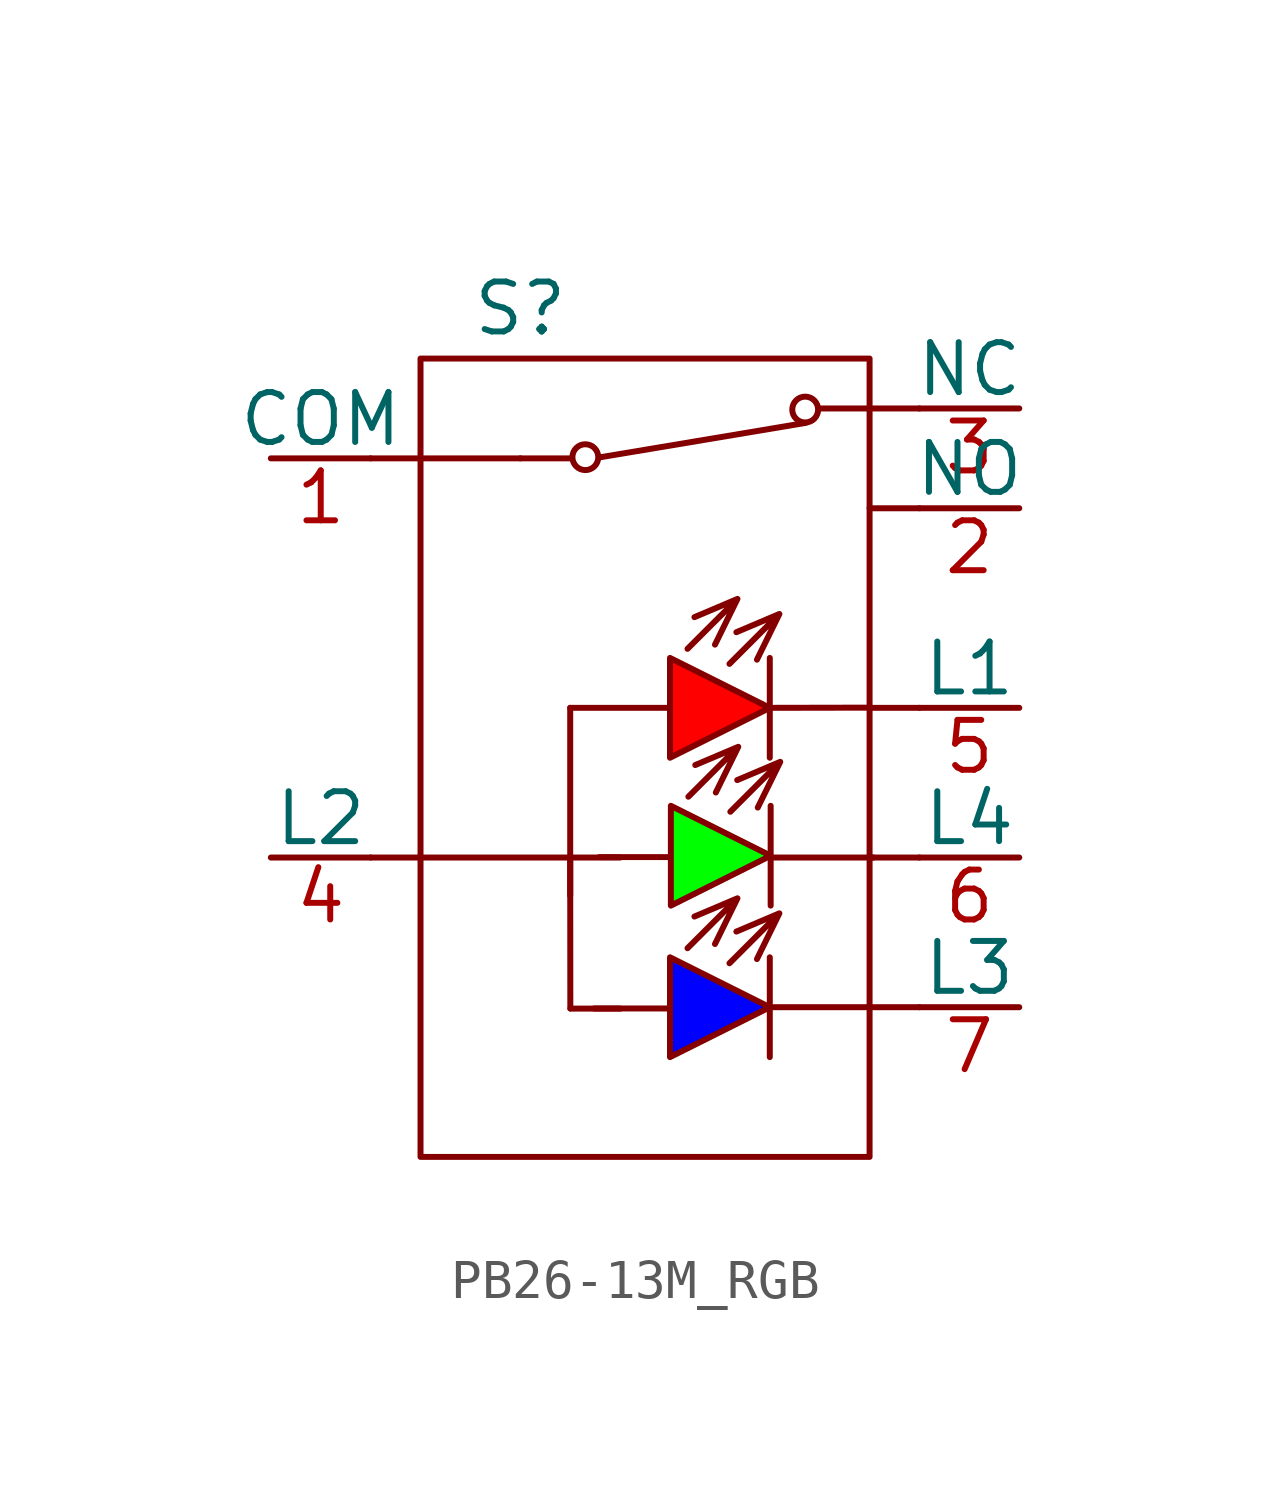
<source format=kicad_sym>
(kicad_symbol_lib
  (version 20220914)
  (generator kicad_symbol_editor)
  (symbol "PB26-13M_RGB"
    (pin_names
      (offset 0))
    (property "Reference" "S"
      (at 0 -1.27 0)
      (effects (font (size 1.27 1.27))))
    (property "Value" ""
      (at 0 0 0)
      (effects (font (size 1.27 1.27))))
    (symbol "PB26-13M_RGB_0_1"
      (rectangle (start -2.54 -2.54) (end 8.89 -22.86) (stroke (width 0) (type default)) (fill (type none)))
      (polyline (pts (xy -3.81 -15.24) (xy -2.54 -15.24)) (stroke (width 0) (type default)) (fill (type none)))
      (polyline (pts (xy -3.81 -5.08) (xy -2.54 -5.08)) (stroke (width 0) (type default)) (fill (type none)))
      (polyline (pts (xy -2.54 -15.24) (xy 1.27 -15.24)) (stroke (width 0) (type default)) (fill (type none)))
      (polyline (pts (xy 0 -5.08) (xy -2.54 -5.08)) (stroke (width 0) (type default)) (fill (type none)))
      (polyline (pts (xy 0 -5.08) (xy 1.27 -5.08)) (stroke (width 0) (type default)) (fill (type none)))
      (polyline (pts (xy 2.54 -15.24) (xy 1.27 -15.24)) (stroke (width 0) (type default)) (fill (type none)))
      (polyline (pts (xy 2.546 -19.086) (xy 1.276 -19.086)) (stroke (width 0) (type default)) (fill (type none)))
      (polyline (pts (xy 8.89 -19.05) (xy 10.16 -19.05)) (stroke (width 0) (type default)) (fill (type none)))
      (polyline (pts (xy 8.89 -15.24) (xy 10.16 -15.24)) (stroke (width 0) (type default)) (fill (type none)))
      (polyline (pts (xy 8.89 -11.43) (xy 10.16 -11.43)) (stroke (width 0) (type default)) (fill (type none)))
      (polyline (pts (xy 8.89 -6.35) (xy 10.16 -6.35)) (stroke (width 0) (type default)) (fill (type none)))
      (polyline (pts (xy 8.89 -3.81) (xy 10.16 -3.81)) (stroke (width 0) (type default)) (fill (type none))))
    (symbol "PB26-13M_RGB_1_1"
      (polyline (pts (xy 1.27 -15.24) (xy 1.273 -19.081)) (stroke (width 0) (type default)) (fill (type none)))
      (polyline (pts (xy 1.27 -11.43) (xy 3.81 -11.43)) (stroke (width 0) (type default)) (fill (type none)))
      (polyline (pts (xy 1.878 -19.082) (xy 3.731 -19.082)) (stroke (width 0) (type default)) (fill (type none)))
      (polyline (pts (xy 2.013 -15.229) (xy 3.759 -15.229)) (stroke (width 0) (type default)) (fill (type none)))
      (polyline (pts (xy 2.017 -5.055) (xy 7.268 -4.176)) (stroke (width 0) (type default)) (fill (type none)))
      (polyline (pts (xy 6.35 -19.05) (xy 8.89 -19.05)) (stroke (width 0) (type default)) (fill (type none)))
      (polyline (pts (xy 6.35 -11.43) (xy 8.875 -11.425)) (stroke (width 0) (type default)) (fill (type none)))
      (polyline (pts (xy 6.388 -15.24) (xy 8.988 -15.24)) (stroke (width 0) (type default)) (fill (type none)))
      (polyline (pts (xy 8.89 -3.81) (xy 7.62 -3.81)) (stroke (width 0) (type default)) (fill (type none)))
      (polyline (pts (xy 1.27 -16.209) (xy 1.27 -15.24) (xy 1.27 -11.43)) (stroke (width 0) (type default)) (fill (type none)))
      (polyline (pts (xy 6.35 -19.05) (xy 6.35 -17.78) (xy 6.35 -20.32)) (stroke (width 0) (type default)) (fill (type none)))
      (polyline (pts (xy 6.35 -11.43) (xy 6.35 -10.16) (xy 6.35 -12.7)) (stroke (width 0) (type default)) (fill (type none)))
      (polyline (pts (xy 6.372 -15.194) (xy 6.372 -13.924) (xy 6.372 -16.464)) (stroke (width 0) (type default)) (fill (type none)))
      (polyline (pts (xy 3.81 -17.78) (xy 3.81 -20.32) (xy 6.35 -19.05) (xy 3.81 -17.78)) (stroke (width 0) (type default)) (fill (type color) (color 0 0 255 1)))
      (polyline (pts (xy 3.81 -10.16) (xy 3.81 -12.7) (xy 6.35 -11.43) (xy 3.81 -10.16)) (stroke (width 0) (type default)) (fill (type color) (color 255 0 0 1)))
      (polyline (pts (xy 3.832 -13.924) (xy 3.832 -16.464) (xy 6.372 -15.194) (xy 3.832 -13.924)) (stroke (width 0) (type default)) (fill (type color) (color 0 255 0 1)))
      (polyline (pts (xy 4.256 -17.548) (xy 5.527 -16.278) (xy 4.432 -16.742) (xy 5.527 -16.278) (xy 4.955 -17.441)) (stroke (width 0) (type default)) (fill (type none)))
      (polyline (pts (xy 4.256 -9.928) (xy 5.527 -8.658) (xy 4.432 -9.122) (xy 5.527 -8.658) (xy 4.955 -9.821)) (stroke (width 0) (type default)) (fill (type none)))
      (polyline (pts (xy 4.278 -13.692) (xy 5.548 -12.422) (xy 4.453 -12.886) (xy 5.548 -12.422) (xy 4.976 -13.585)) (stroke (width 0) (type default)) (fill (type none)))
      (polyline (pts (xy 5.324 -17.931) (xy 6.594 -16.661) (xy 5.499 -17.125) (xy 6.594 -16.661) (xy 6.023 -17.824)) (stroke (width 0) (type default)) (fill (type none)))
      (polyline (pts (xy 5.324 -10.311) (xy 6.594 -9.041) (xy 5.499 -9.505) (xy 6.594 -9.041) (xy 6.023 -10.204)) (stroke (width 0) (type default)) (fill (type none)))
      (polyline (pts (xy 5.346 -14.075) (xy 6.616 -12.805) (xy 5.521 -13.269) (xy 6.616 -12.805) (xy 6.044 -13.968)) (stroke (width 0) (type default)) (fill (type none)))
      (circle (center 1.655 -5.05) (radius 0.329) (stroke (width 0) (type solid)) (fill (type none)))
      (circle (center 7.251 -3.838) (radius 0.329) (stroke (width 0) (type solid)) (fill (type none)))
      (pin passive line (at -6.35 -5.08 0) (length 2.54) (name "COM" (effects (font (size 1.27 1.27)))) (number "1" (effects (font (size 1.27 1.27)))))
      (pin passive line (at 12.7 -6.35 180) (length 2.54) (name "NO" (effects (font (size 1.27 1.27)))) (number "2" (effects (font (size 1.27 1.27)))))
      (pin passive line (at 12.7 -3.81 180) (length 2.54) (name "NC" (effects (font (size 1.27 1.27)))) (number "3" (effects (font (size 1.27 1.27)))))
      (pin passive line (at -6.35 -15.24 0) (length 2.54) (name "L2" (effects (font (size 1.27 1.27)))) (number "4" (effects (font (size 1.27 1.27)))))
      (pin passive line (at 12.7 -11.43 180) (length 2.54) (name "L1" (effects (font (size 1.27 1.27)))) (number "5" (effects (font (size 1.27 1.27)))))
      (pin passive line (at 12.7 -15.24 180) (length 2.54) (name "L4" (effects (font (size 1.27 1.27)))) (number "6" (effects (font (size 1.27 1.27)))))
      (pin passive line (at 12.7 -19.05 180) (length 2.54) (name "L3" (effects (font (size 1.27 1.27)))) (number "7" (effects (font (size 1.27 1.27))))))))
</source>
